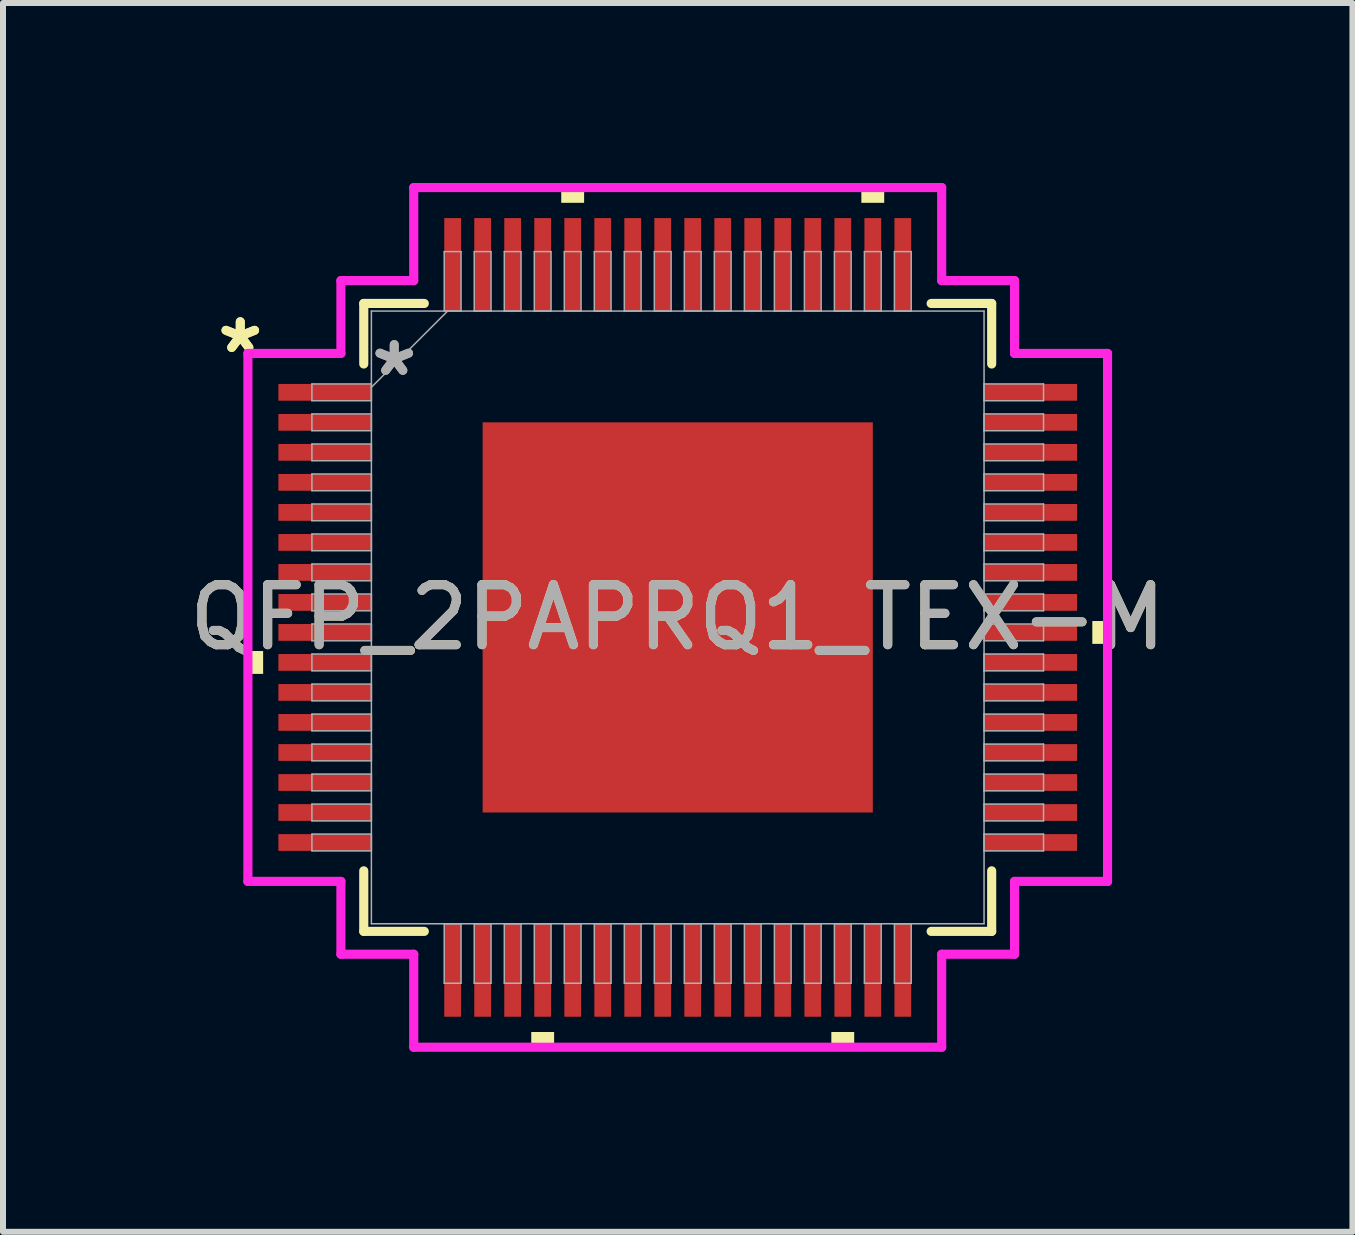
<source format=kicad_pcb>
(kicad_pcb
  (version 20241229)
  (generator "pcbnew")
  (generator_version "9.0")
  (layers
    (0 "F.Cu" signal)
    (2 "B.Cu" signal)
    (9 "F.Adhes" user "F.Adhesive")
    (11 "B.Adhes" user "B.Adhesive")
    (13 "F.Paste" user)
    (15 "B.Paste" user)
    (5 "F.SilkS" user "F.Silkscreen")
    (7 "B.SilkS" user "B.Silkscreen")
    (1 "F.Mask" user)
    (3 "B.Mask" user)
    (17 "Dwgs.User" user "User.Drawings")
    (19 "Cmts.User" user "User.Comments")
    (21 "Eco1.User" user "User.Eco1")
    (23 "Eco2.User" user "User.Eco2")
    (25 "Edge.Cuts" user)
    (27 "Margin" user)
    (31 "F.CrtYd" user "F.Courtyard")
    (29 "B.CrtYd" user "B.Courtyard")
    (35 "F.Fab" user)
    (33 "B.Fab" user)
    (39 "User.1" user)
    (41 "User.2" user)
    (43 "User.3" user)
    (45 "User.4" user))
  (footprint "QFP_2PAPRQ1_TEX-M"
    (layer "F.Cu")
    (at 8.244 7.239)
    (property "Reference" "QFP_2PAPRQ1_TEX-M" (at 0 0 0) (unlocked yes) (layer "F.SilkS") (effects (font (size 1 1) (thickness 0.15))))
    (attr smd)
    (fp_line (start -5.232 -5.232) (end -5.232 -4.223) (stroke (width 0.152) (type solid)) (layer "F.SilkS"))
    (fp_line (start -5.232 4.223) (end -5.232 5.232) (stroke (width 0.152) (type solid)) (layer "F.SilkS"))
    (fp_line (start -5.232 5.232) (end -4.223 5.232) (stroke (width 0.152) (type solid)) (layer "F.SilkS"))
    (fp_line (start -4.223 -5.232) (end -5.232 -5.232) (stroke (width 0.152) (type solid)) (layer "F.SilkS"))
    (fp_line (start 4.223 5.232) (end 5.232 5.232) (stroke (width 0.152) (type solid)) (layer "F.SilkS"))
    (fp_line (start 5.232 -5.232) (end 4.223 -5.232) (stroke (width 0.152) (type solid)) (layer "F.SilkS"))
    (fp_line (start 5.232 -4.223) (end 5.232 -5.232) (stroke (width 0.152) (type solid)) (layer "F.SilkS"))
    (fp_line (start 5.232 5.232) (end 5.232 4.223) (stroke (width 0.152) (type solid)) (layer "F.SilkS"))
    (fp_poly (pts (xy -7.163 0.56) (xy -7.163 0.941) (xy -6.909 0.941) (xy -6.909 0.56)) (stroke (width 0) (type solid)) (fill yes) (layer "F.SilkS"))
    (fp_poly (pts (xy -2.441 6.909) (xy -2.441 7.163) (xy -2.06 7.163) (xy -2.06 6.909)) (stroke (width 0) (type solid)) (fill yes) (layer "F.SilkS"))
    (fp_poly (pts (xy -1.941 -6.909) (xy -1.941 -7.163) (xy -1.56 -7.163) (xy -1.56 -6.909)) (stroke (width 0) (type solid)) (fill yes) (layer "F.SilkS"))
    (fp_poly (pts (xy 2.56 6.909) (xy 2.56 7.163) (xy 2.941 7.163) (xy 2.941 6.909)) (stroke (width 0) (type solid)) (fill yes) (layer "F.SilkS"))
    (fp_poly (pts (xy 3.06 -6.909) (xy 3.06 -7.163) (xy 3.441 -7.163) (xy 3.441 -6.909)) (stroke (width 0) (type solid)) (fill yes) (layer "F.SilkS"))
    (fp_poly (pts (xy 7.163 0.06) (xy 7.163 0.441) (xy 6.909 0.441) (xy 6.909 0.06)) (stroke (width 0) (type solid)) (fill yes) (layer "F.SilkS"))
    (fp_poly (pts (xy -3.151 -3.151) (xy -3.151 -2.051) (xy -2.051 -2.051) (xy -2.051 -3.151)) (stroke (width 0) (type solid)) (fill yes) (layer "F.Paste"))
    (fp_poly (pts (xy -3.151 -1.851) (xy -3.151 -0.75) (xy -2.051 -0.75) (xy -2.051 -1.851)) (stroke (width 0) (type solid)) (fill yes) (layer "F.Paste"))
    (fp_poly (pts (xy -3.151 -0.55) (xy -3.151 0.55) (xy -2.051 0.55) (xy -2.051 -0.55)) (stroke (width 0) (type solid)) (fill yes) (layer "F.Paste"))
    (fp_poly (pts (xy -3.151 0.75) (xy -3.151 1.851) (xy -2.051 1.851) (xy -2.051 0.75)) (stroke (width 0) (type solid)) (fill yes) (layer "F.Paste"))
    (fp_poly (pts (xy -3.151 2.051) (xy -3.151 3.151) (xy -2.051 3.151) (xy -2.051 2.051)) (stroke (width 0) (type solid)) (fill yes) (layer "F.Paste"))
    (fp_poly (pts (xy -1.851 -3.151) (xy -1.851 -2.051) (xy -0.75 -2.051) (xy -0.75 -3.151)) (stroke (width 0) (type solid)) (fill yes) (layer "F.Paste"))
    (fp_poly (pts (xy -1.851 -1.851) (xy -1.851 -0.75) (xy -0.75 -0.75) (xy -0.75 -1.851)) (stroke (width 0) (type solid)) (fill yes) (layer "F.Paste"))
    (fp_poly (pts (xy -1.851 -0.55) (xy -1.851 0.55) (xy -0.75 0.55) (xy -0.75 -0.55)) (stroke (width 0) (type solid)) (fill yes) (layer "F.Paste"))
    (fp_poly (pts (xy -1.851 0.75) (xy -1.851 1.851) (xy -0.75 1.851) (xy -0.75 0.75)) (stroke (width 0) (type solid)) (fill yes) (layer "F.Paste"))
    (fp_poly (pts (xy -1.851 2.051) (xy -1.851 3.151) (xy -0.75 3.151) (xy -0.75 2.051)) (stroke (width 0) (type solid)) (fill yes) (layer "F.Paste"))
    (fp_poly (pts (xy -0.55 -3.151) (xy -0.55 -2.051) (xy 0.55 -2.051) (xy 0.55 -3.151)) (stroke (width 0) (type solid)) (fill yes) (layer "F.Paste"))
    (fp_poly (pts (xy -0.55 -1.851) (xy -0.55 -0.75) (xy 0.55 -0.75) (xy 0.55 -1.851)) (stroke (width 0) (type solid)) (fill yes) (layer "F.Paste"))
    (fp_poly (pts (xy -0.55 -0.55) (xy -0.55 0.55) (xy 0.55 0.55) (xy 0.55 -0.55)) (stroke (width 0) (type solid)) (fill yes) (layer "F.Paste"))
    (fp_poly (pts (xy -0.55 0.75) (xy -0.55 1.851) (xy 0.55 1.851) (xy 0.55 0.75)) (stroke (width 0) (type solid)) (fill yes) (layer "F.Paste"))
    (fp_poly (pts (xy -0.55 2.051) (xy -0.55 3.151) (xy 0.55 3.151) (xy 0.55 2.051)) (stroke (width 0) (type solid)) (fill yes) (layer "F.Paste"))
    (fp_poly (pts (xy 0.75 -3.151) (xy 0.75 -2.051) (xy 1.851 -2.051) (xy 1.851 -3.151)) (stroke (width 0) (type solid)) (fill yes) (layer "F.Paste"))
    (fp_poly (pts (xy 0.75 -1.851) (xy 0.75 -0.75) (xy 1.851 -0.75) (xy 1.851 -1.851)) (stroke (width 0) (type solid)) (fill yes) (layer "F.Paste"))
    (fp_poly (pts (xy 0.75 -0.55) (xy 0.75 0.55) (xy 1.851 0.55) (xy 1.851 -0.55)) (stroke (width 0) (type solid)) (fill yes) (layer "F.Paste"))
    (fp_poly (pts (xy 0.75 0.75) (xy 0.75 1.851) (xy 1.851 1.851) (xy 1.851 0.75)) (stroke (width 0) (type solid)) (fill yes) (layer "F.Paste"))
    (fp_poly (pts (xy 0.75 2.051) (xy 0.75 3.151) (xy 1.851 3.151) (xy 1.851 2.051)) (stroke (width 0) (type solid)) (fill yes) (layer "F.Paste"))
    (fp_poly (pts (xy 2.051 -3.151) (xy 2.051 -2.051) (xy 3.151 -2.051) (xy 3.151 -3.151)) (stroke (width 0) (type solid)) (fill yes) (layer "F.Paste"))
    (fp_poly (pts (xy 2.051 -1.851) (xy 2.051 -0.75) (xy 3.151 -0.75) (xy 3.151 -1.851)) (stroke (width 0) (type solid)) (fill yes) (layer "F.Paste"))
    (fp_poly (pts (xy 2.051 -0.55) (xy 2.051 0.55) (xy 3.151 0.55) (xy 3.151 -0.55)) (stroke (width 0) (type solid)) (fill yes) (layer "F.Paste"))
    (fp_poly (pts (xy 2.051 0.75) (xy 2.051 1.851) (xy 3.151 1.851) (xy 3.151 0.75)) (stroke (width 0) (type solid)) (fill yes) (layer "F.Paste"))
    (fp_poly (pts (xy 2.051 2.051) (xy 2.051 3.151) (xy 3.151 3.151) (xy 3.151 2.051)) (stroke (width 0) (type solid)) (fill yes) (layer "F.Paste"))
    (fp_line (start -7.163 -4.399) (end -5.613 -4.399) (stroke (width 0.152) (type solid)) (layer "F.CrtYd"))
    (fp_line (start -7.163 4.399) (end -7.163 -4.399) (stroke (width 0.152) (type solid)) (layer "F.CrtYd"))
    (fp_line (start -5.613 -5.613) (end -4.399 -5.613) (stroke (width 0.152) (type solid)) (layer "F.CrtYd"))
    (fp_line (start -5.613 -4.399) (end -5.613 -5.613) (stroke (width 0.152) (type solid)) (layer "F.CrtYd"))
    (fp_line (start -5.613 4.399) (end -7.163 4.399) (stroke (width 0.152) (type solid)) (layer "F.CrtYd"))
    (fp_line (start -5.613 5.613) (end -5.613 4.399) (stroke (width 0.152) (type solid)) (layer "F.CrtYd"))
    (fp_line (start -5.613 5.613) (end -4.399 5.613) (stroke (width 0.152) (type solid)) (layer "F.CrtYd"))
    (fp_line (start -4.399 -7.163) (end 4.399 -7.163) (stroke (width 0.152) (type solid)) (layer "F.CrtYd"))
    (fp_line (start -4.399 -5.613) (end -4.399 -7.163) (stroke (width 0.152) (type solid)) (layer "F.CrtYd"))
    (fp_line (start -4.399 5.613) (end -4.399 7.163) (stroke (width 0.152) (type solid)) (layer "F.CrtYd"))
    (fp_line (start -4.399 7.163) (end 4.399 7.163) (stroke (width 0.152) (type solid)) (layer "F.CrtYd"))
    (fp_line (start 4.399 -7.163) (end 4.399 -5.613) (stroke (width 0.152) (type solid)) (layer "F.CrtYd"))
    (fp_line (start 4.399 -5.613) (end 5.613 -5.613) (stroke (width 0.152) (type solid)) (layer "F.CrtYd"))
    (fp_line (start 4.399 5.613) (end 5.613 5.613) (stroke (width 0.152) (type solid)) (layer "F.CrtYd"))
    (fp_line (start 4.399 7.163) (end 4.399 5.613) (stroke (width 0.152) (type solid)) (layer "F.CrtYd"))
    (fp_line (start 5.613 -4.399) (end 5.613 -5.613) (stroke (width 0.152) (type solid)) (layer "F.CrtYd"))
    (fp_line (start 5.613 4.399) (end 7.163 4.399) (stroke (width 0.152) (type solid)) (layer "F.CrtYd"))
    (fp_line (start 5.613 5.613) (end 5.613 4.399) (stroke (width 0.152) (type solid)) (layer "F.CrtYd"))
    (fp_line (start 7.163 -4.399) (end 5.613 -4.399) (stroke (width 0.152) (type solid)) (layer "F.CrtYd"))
    (fp_line (start 7.163 4.399) (end 7.163 -4.399) (stroke (width 0.152) (type solid)) (layer "F.CrtYd"))
    (fp_line (start -6.096 -3.891) (end -6.096 -3.611) (stroke (width 0.025) (type solid)) (layer "F.Fab"))
    (fp_line (start -6.096 -3.611) (end -5.105 -3.611) (stroke (width 0.025) (type solid)) (layer "F.Fab"))
    (fp_line (start -6.096 -3.391) (end -6.096 -3.111) (stroke (width 0.025) (type solid)) (layer "F.Fab"))
    (fp_line (start -6.096 -3.111) (end -5.105 -3.111) (stroke (width 0.025) (type solid)) (layer "F.Fab"))
    (fp_line (start -6.096 -2.89) (end -6.096 -2.611) (stroke (width 0.025) (type solid)) (layer "F.Fab"))
    (fp_line (start -6.096 -2.611) (end -5.105 -2.611) (stroke (width 0.025) (type solid)) (layer "F.Fab"))
    (fp_line (start -6.096 -2.39) (end -6.096 -2.111) (stroke (width 0.025) (type solid)) (layer "F.Fab"))
    (fp_line (start -6.096 -2.111) (end -5.105 -2.111) (stroke (width 0.025) (type solid)) (layer "F.Fab"))
    (fp_line (start -6.096 -1.89) (end -6.096 -1.611) (stroke (width 0.025) (type solid)) (layer "F.Fab"))
    (fp_line (start -6.096 -1.611) (end -5.105 -1.611) (stroke (width 0.025) (type solid)) (layer "F.Fab"))
    (fp_line (start -6.096 -1.39) (end -6.096 -1.111) (stroke (width 0.025) (type solid)) (layer "F.Fab"))
    (fp_line (start -6.096 -1.111) (end -5.105 -1.111) (stroke (width 0.025) (type solid)) (layer "F.Fab"))
    (fp_line (start -6.096 -0.89) (end -6.096 -0.61) (stroke (width 0.025) (type solid)) (layer "F.Fab"))
    (fp_line (start -6.096 -0.61) (end -5.105 -0.61) (stroke (width 0.025) (type solid)) (layer "F.Fab"))
    (fp_line (start -6.096 -0.39) (end -6.096 -0.11) (stroke (width 0.025) (type solid)) (layer "F.Fab"))
    (fp_line (start -6.096 -0.11) (end -5.105 -0.11) (stroke (width 0.025) (type solid)) (layer "F.Fab"))
    (fp_line (start -6.096 0.11) (end -6.096 0.39) (stroke (width 0.025) (type solid)) (layer "F.Fab"))
    (fp_line (start -6.096 0.39) (end -5.105 0.39) (stroke (width 0.025) (type solid)) (layer "F.Fab"))
    (fp_line (start -6.096 0.61) (end -6.096 0.89) (stroke (width 0.025) (type solid)) (layer "F.Fab"))
    (fp_line (start -6.096 0.89) (end -5.105 0.89) (stroke (width 0.025) (type solid)) (layer "F.Fab"))
    (fp_line (start -6.096 1.111) (end -6.096 1.39) (stroke (width 0.025) (type solid)) (layer "F.Fab"))
    (fp_line (start -6.096 1.39) (end -5.105 1.39) (stroke (width 0.025) (type solid)) (layer "F.Fab"))
    (fp_line (start -6.096 1.611) (end -6.096 1.89) (stroke (width 0.025) (type solid)) (layer "F.Fab"))
    (fp_line (start -6.096 1.89) (end -5.105 1.89) (stroke (width 0.025) (type solid)) (layer "F.Fab"))
    (fp_line (start -6.096 2.111) (end -6.096 2.39) (stroke (width 0.025) (type solid)) (layer "F.Fab"))
    (fp_line (start -6.096 2.39) (end -5.105 2.39) (stroke (width 0.025) (type solid)) (layer "F.Fab"))
    (fp_line (start -6.096 2.611) (end -6.096 2.89) (stroke (width 0.025) (type solid)) (layer "F.Fab"))
    (fp_line (start -6.096 2.89) (end -5.105 2.89) (stroke (width 0.025) (type solid)) (layer "F.Fab"))
    (fp_line (start -6.096 3.111) (end -6.096 3.391) (stroke (width 0.025) (type solid)) (layer "F.Fab"))
    (fp_line (start -6.096 3.391) (end -5.105 3.391) (stroke (width 0.025) (type solid)) (layer "F.Fab"))
    (fp_line (start -6.096 3.611) (end -6.096 3.891) (stroke (width 0.025) (type solid)) (layer "F.Fab"))
    (fp_line (start -6.096 3.891) (end -5.105 3.891) (stroke (width 0.025) (type solid)) (layer "F.Fab"))
    (fp_line (start -5.105 -5.105) (end -5.105 5.105) (stroke (width 0.025) (type solid)) (layer "F.Fab"))
    (fp_line (start -5.105 -3.891) (end -6.096 -3.891) (stroke (width 0.025) (type solid)) (layer "F.Fab"))
    (fp_line (start -5.105 -3.835) (end -3.835 -5.105) (stroke (width 0.025) (type solid)) (layer "F.Fab"))
    (fp_line (start -5.105 -3.611) (end -5.105 -3.891) (stroke (width 0.025) (type solid)) (layer "F.Fab"))
    (fp_line (start -5.105 -3.391) (end -6.096 -3.391) (stroke (width 0.025) (type solid)) (layer "F.Fab"))
    (fp_line (start -5.105 -3.111) (end -5.105 -3.391) (stroke (width 0.025) (type solid)) (layer "F.Fab"))
    (fp_line (start -5.105 -2.89) (end -6.096 -2.89) (stroke (width 0.025) (type solid)) (layer "F.Fab"))
    (fp_line (start -5.105 -2.611) (end -5.105 -2.89) (stroke (width 0.025) (type solid)) (layer "F.Fab"))
    (fp_line (start -5.105 -2.39) (end -6.096 -2.39) (stroke (width 0.025) (type solid)) (layer "F.Fab"))
    (fp_line (start -5.105 -2.111) (end -5.105 -2.39) (stroke (width 0.025) (type solid)) (layer "F.Fab"))
    (fp_line (start -5.105 -1.89) (end -6.096 -1.89) (stroke (width 0.025) (type solid)) (layer "F.Fab"))
    (fp_line (start -5.105 -1.611) (end -5.105 -1.89) (stroke (width 0.025) (type solid)) (layer "F.Fab"))
    (fp_line (start -5.105 -1.39) (end -6.096 -1.39) (stroke (width 0.025) (type solid)) (layer "F.Fab"))
    (fp_line (start -5.105 -1.111) (end -5.105 -1.39) (stroke (width 0.025) (type solid)) (layer "F.Fab"))
    (fp_line (start -5.105 -0.89) (end -6.096 -0.89) (stroke (width 0.025) (type solid)) (layer "F.Fab"))
    (fp_line (start -5.105 -0.61) (end -5.105 -0.89) (stroke (width 0.025) (type solid)) (layer "F.Fab"))
    (fp_line (start -5.105 -0.39) (end -6.096 -0.39) (stroke (width 0.025) (type solid)) (layer "F.Fab"))
    (fp_line (start -5.105 -0.11) (end -5.105 -0.39) (stroke (width 0.025) (type solid)) (layer "F.Fab"))
    (fp_line (start -5.105 0.11) (end -6.096 0.11) (stroke (width 0.025) (type solid)) (layer "F.Fab"))
    (fp_line (start -5.105 0.39) (end -5.105 0.11) (stroke (width 0.025) (type solid)) (layer "F.Fab"))
    (fp_line (start -5.105 0.61) (end -6.096 0.61) (stroke (width 0.025) (type solid)) (layer "F.Fab"))
    (fp_line (start -5.105 0.89) (end -5.105 0.61) (stroke (width 0.025) (type solid)) (layer "F.Fab"))
    (fp_line (start -5.105 1.111) (end -6.096 1.111) (stroke (width 0.025) (type solid)) (layer "F.Fab"))
    (fp_line (start -5.105 1.39) (end -5.105 1.111) (stroke (width 0.025) (type solid)) (layer "F.Fab"))
    (fp_line (start -5.105 1.611) (end -6.096 1.611) (stroke (width 0.025) (type solid)) (layer "F.Fab"))
    (fp_line (start -5.105 1.89) (end -5.105 1.611) (stroke (width 0.025) (type solid)) (layer "F.Fab"))
    (fp_line (start -5.105 2.111) (end -6.096 2.111) (stroke (width 0.025) (type solid)) (layer "F.Fab"))
    (fp_line (start -5.105 2.39) (end -5.105 2.111) (stroke (width 0.025) (type solid)) (layer "F.Fab"))
    (fp_line (start -5.105 2.611) (end -6.096 2.611) (stroke (width 0.025) (type solid)) (layer "F.Fab"))
    (fp_line (start -5.105 2.89) (end -5.105 2.611) (stroke (width 0.025) (type solid)) (layer "F.Fab"))
    (fp_line (start -5.105 3.111) (end -6.096 3.111) (stroke (width 0.025) (type solid)) (layer "F.Fab"))
    (fp_line (start -5.105 3.391) (end -5.105 3.111) (stroke (width 0.025) (type solid)) (layer "F.Fab"))
    (fp_line (start -5.105 3.611) (end -6.096 3.611) (stroke (width 0.025) (type solid)) (layer "F.Fab"))
    (fp_line (start -5.105 3.891) (end -5.105 3.611) (stroke (width 0.025) (type solid)) (layer "F.Fab"))
    (fp_line (start -5.105 5.105) (end 5.105 5.105) (stroke (width 0.025) (type solid)) (layer "F.Fab"))
    (fp_line (start -3.891 -6.096) (end -3.891 -5.105) (stroke (width 0.025) (type solid)) (layer "F.Fab"))
    (fp_line (start -3.891 -5.105) (end -3.611 -5.105) (stroke (width 0.025) (type solid)) (layer "F.Fab"))
    (fp_line (start -3.891 5.105) (end -3.891 6.096) (stroke (width 0.025) (type solid)) (layer "F.Fab"))
    (fp_line (start -3.891 6.096) (end -3.611 6.096) (stroke (width 0.025) (type solid)) (layer "F.Fab"))
    (fp_line (start -3.611 -6.096) (end -3.891 -6.096) (stroke (width 0.025) (type solid)) (layer "F.Fab"))
    (fp_line (start -3.611 -5.105) (end -3.611 -6.096) (stroke (width 0.025) (type solid)) (layer "F.Fab"))
    (fp_line (start -3.611 5.105) (end -3.891 5.105) (stroke (width 0.025) (type solid)) (layer "F.Fab"))
    (fp_line (start -3.611 6.096) (end -3.611 5.105) (stroke (width 0.025) (type solid)) (layer "F.Fab"))
    (fp_line (start -3.391 -6.096) (end -3.391 -5.105) (stroke (width 0.025) (type solid)) (layer "F.Fab"))
    (fp_line (start -3.391 -5.105) (end -3.111 -5.105) (stroke (width 0.025) (type solid)) (layer "F.Fab"))
    (fp_line (start -3.391 5.105) (end -3.391 6.096) (stroke (width 0.025) (type solid)) (layer "F.Fab"))
    (fp_line (start -3.391 6.096) (end -3.111 6.096) (stroke (width 0.025) (type solid)) (layer "F.Fab"))
    (fp_line (start -3.111 -6.096) (end -3.391 -6.096) (stroke (width 0.025) (type solid)) (layer "F.Fab"))
    (fp_line (start -3.111 -5.105) (end -3.111 -6.096) (stroke (width 0.025) (type solid)) (layer "F.Fab"))
    (fp_line (start -3.111 5.105) (end -3.391 5.105) (stroke (width 0.025) (type solid)) (layer "F.Fab"))
    (fp_line (start -3.111 6.096) (end -3.111 5.105) (stroke (width 0.025) (type solid)) (layer "F.Fab"))
    (fp_line (start -2.89 -6.096) (end -2.89 -5.105) (stroke (width 0.025) (type solid)) (layer "F.Fab"))
    (fp_line (start -2.89 -5.105) (end -2.611 -5.105) (stroke (width 0.025) (type solid)) (layer "F.Fab"))
    (fp_line (start -2.89 5.105) (end -2.89 6.096) (stroke (width 0.025) (type solid)) (layer "F.Fab"))
    (fp_line (start -2.89 6.096) (end -2.611 6.096) (stroke (width 0.025) (type solid)) (layer "F.Fab"))
    (fp_line (start -2.611 -6.096) (end -2.89 -6.096) (stroke (width 0.025) (type solid)) (layer "F.Fab"))
    (fp_line (start -2.611 -5.105) (end -2.611 -6.096) (stroke (width 0.025) (type solid)) (layer "F.Fab"))
    (fp_line (start -2.611 5.105) (end -2.89 5.105) (stroke (width 0.025) (type solid)) (layer "F.Fab"))
    (fp_line (start -2.611 6.096) (end -2.611 5.105) (stroke (width 0.025) (type solid)) (layer "F.Fab"))
    (fp_line (start -2.39 -6.096) (end -2.39 -5.105) (stroke (width 0.025) (type solid)) (layer "F.Fab"))
    (fp_line (start -2.39 -5.105) (end -2.111 -5.105) (stroke (width 0.025) (type solid)) (layer "F.Fab"))
    (fp_line (start -2.39 5.105) (end -2.39 6.096) (stroke (width 0.025) (type solid)) (layer "F.Fab"))
    (fp_line (start -2.39 6.096) (end -2.111 6.096) (stroke (width 0.025) (type solid)) (layer "F.Fab"))
    (fp_line (start -2.111 -6.096) (end -2.39 -6.096) (stroke (width 0.025) (type solid)) (layer "F.Fab"))
    (fp_line (start -2.111 -5.105) (end -2.111 -6.096) (stroke (width 0.025) (type solid)) (layer "F.Fab"))
    (fp_line (start -2.111 5.105) (end -2.39 5.105) (stroke (width 0.025) (type solid)) (layer "F.Fab"))
    (fp_line (start -2.111 6.096) (end -2.111 5.105) (stroke (width 0.025) (type solid)) (layer "F.Fab"))
    (fp_line (start -1.89 -6.096) (end -1.89 -5.105) (stroke (width 0.025) (type solid)) (layer "F.Fab"))
    (fp_line (start -1.89 -5.105) (end -1.611 -5.105) (stroke (width 0.025) (type solid)) (layer "F.Fab"))
    (fp_line (start -1.89 5.105) (end -1.89 6.096) (stroke (width 0.025) (type solid)) (layer "F.Fab"))
    (fp_line (start -1.89 6.096) (end -1.611 6.096) (stroke (width 0.025) (type solid)) (layer "F.Fab"))
    (fp_line (start -1.611 -6.096) (end -1.89 -6.096) (stroke (width 0.025) (type solid)) (layer "F.Fab"))
    (fp_line (start -1.611 -5.105) (end -1.611 -6.096) (stroke (width 0.025) (type solid)) (layer "F.Fab"))
    (fp_line (start -1.611 5.105) (end -1.89 5.105) (stroke (width 0.025) (type solid)) (layer "F.Fab"))
    (fp_line (start -1.611 6.096) (end -1.611 5.105) (stroke (width 0.025) (type solid)) (layer "F.Fab"))
    (fp_line (start -1.39 -6.096) (end -1.39 -5.105) (stroke (width 0.025) (type solid)) (layer "F.Fab"))
    (fp_line (start -1.39 -5.105) (end -1.111 -5.105) (stroke (width 0.025) (type solid)) (layer "F.Fab"))
    (fp_line (start -1.39 5.105) (end -1.39 6.096) (stroke (width 0.025) (type solid)) (layer "F.Fab"))
    (fp_line (start -1.39 6.096) (end -1.111 6.096) (stroke (width 0.025) (type solid)) (layer "F.Fab"))
    (fp_line (start -1.111 -6.096) (end -1.39 -6.096) (stroke (width 0.025) (type solid)) (layer "F.Fab"))
    (fp_line (start -1.111 -5.105) (end -1.111 -6.096) (stroke (width 0.025) (type solid)) (layer "F.Fab"))
    (fp_line (start -1.111 5.105) (end -1.39 5.105) (stroke (width 0.025) (type solid)) (layer "F.Fab"))
    (fp_line (start -1.111 6.096) (end -1.111 5.105) (stroke (width 0.025) (type solid)) (layer "F.Fab"))
    (fp_line (start -0.89 -6.096) (end -0.89 -5.105) (stroke (width 0.025) (type solid)) (layer "F.Fab"))
    (fp_line (start -0.89 -5.105) (end -0.61 -5.105) (stroke (width 0.025) (type solid)) (layer "F.Fab"))
    (fp_line (start -0.89 5.105) (end -0.89 6.096) (stroke (width 0.025) (type solid)) (layer "F.Fab"))
    (fp_line (start -0.89 6.096) (end -0.61 6.096) (stroke (width 0.025) (type solid)) (layer "F.Fab"))
    (fp_line (start -0.61 -6.096) (end -0.89 -6.096) (stroke (width 0.025) (type solid)) (layer "F.Fab"))
    (fp_line (start -0.61 -5.105) (end -0.61 -6.096) (stroke (width 0.025) (type solid)) (layer "F.Fab"))
    (fp_line (start -0.61 5.105) (end -0.89 5.105) (stroke (width 0.025) (type solid)) (layer "F.Fab"))
    (fp_line (start -0.61 6.096) (end -0.61 5.105) (stroke (width 0.025) (type solid)) (layer "F.Fab"))
    (fp_line (start -0.39 -6.096) (end -0.39 -5.105) (stroke (width 0.025) (type solid)) (layer "F.Fab"))
    (fp_line (start -0.39 -5.105) (end -0.11 -5.105) (stroke (width 0.025) (type solid)) (layer "F.Fab"))
    (fp_line (start -0.39 5.105) (end -0.39 6.096) (stroke (width 0.025) (type solid)) (layer "F.Fab"))
    (fp_line (start -0.39 6.096) (end -0.11 6.096) (stroke (width 0.025) (type solid)) (layer "F.Fab"))
    (fp_line (start -0.11 -6.096) (end -0.39 -6.096) (stroke (width 0.025) (type solid)) (layer "F.Fab"))
    (fp_line (start -0.11 -5.105) (end -0.11 -6.096) (stroke (width 0.025) (type solid)) (layer "F.Fab"))
    (fp_line (start -0.11 5.105) (end -0.39 5.105) (stroke (width 0.025) (type solid)) (layer "F.Fab"))
    (fp_line (start -0.11 6.096) (end -0.11 5.105) (stroke (width 0.025) (type solid)) (layer "F.Fab"))
    (fp_line (start 0.11 -6.096) (end 0.11 -5.105) (stroke (width 0.025) (type solid)) (layer "F.Fab"))
    (fp_line (start 0.11 -5.105) (end 0.39 -5.105) (stroke (width 0.025) (type solid)) (layer "F.Fab"))
    (fp_line (start 0.11 5.105) (end 0.11 6.096) (stroke (width 0.025) (type solid)) (layer "F.Fab"))
    (fp_line (start 0.11 6.096) (end 0.39 6.096) (stroke (width 0.025) (type solid)) (layer "F.Fab"))
    (fp_line (start 0.39 -6.096) (end 0.11 -6.096) (stroke (width 0.025) (type solid)) (layer "F.Fab"))
    (fp_line (start 0.39 -5.105) (end 0.39 -6.096) (stroke (width 0.025) (type solid)) (layer "F.Fab"))
    (fp_line (start 0.39 5.105) (end 0.11 5.105) (stroke (width 0.025) (type solid)) (layer "F.Fab"))
    (fp_line (start 0.39 6.096) (end 0.39 5.105) (stroke (width 0.025) (type solid)) (layer "F.Fab"))
    (fp_line (start 0.61 -6.096) (end 0.61 -5.105) (stroke (width 0.025) (type solid)) (layer "F.Fab"))
    (fp_line (start 0.61 -5.105) (end 0.89 -5.105) (stroke (width 0.025) (type solid)) (layer "F.Fab"))
    (fp_line (start 0.61 5.105) (end 0.61 6.096) (stroke (width 0.025) (type solid)) (layer "F.Fab"))
    (fp_line (start 0.61 6.096) (end 0.89 6.096) (stroke (width 0.025) (type solid)) (layer "F.Fab"))
    (fp_line (start 0.89 -6.096) (end 0.61 -6.096) (stroke (width 0.025) (type solid)) (layer "F.Fab"))
    (fp_line (start 0.89 -5.105) (end 0.89 -6.096) (stroke (width 0.025) (type solid)) (layer "F.Fab"))
    (fp_line (start 0.89 5.105) (end 0.61 5.105) (stroke (width 0.025) (type solid)) (layer "F.Fab"))
    (fp_line (start 0.89 6.096) (end 0.89 5.105) (stroke (width 0.025) (type solid)) (layer "F.Fab"))
    (fp_line (start 1.111 -6.096) (end 1.111 -5.105) (stroke (width 0.025) (type solid)) (layer "F.Fab"))
    (fp_line (start 1.111 -5.105) (end 1.39 -5.105) (stroke (width 0.025) (type solid)) (layer "F.Fab"))
    (fp_line (start 1.111 5.105) (end 1.111 6.096) (stroke (width 0.025) (type solid)) (layer "F.Fab"))
    (fp_line (start 1.111 6.096) (end 1.39 6.096) (stroke (width 0.025) (type solid)) (layer "F.Fab"))
    (fp_line (start 1.39 -6.096) (end 1.111 -6.096) (stroke (width 0.025) (type solid)) (layer "F.Fab"))
    (fp_line (start 1.39 -5.105) (end 1.39 -6.096) (stroke (width 0.025) (type solid)) (layer "F.Fab"))
    (fp_line (start 1.39 5.105) (end 1.111 5.105) (stroke (width 0.025) (type solid)) (layer "F.Fab"))
    (fp_line (start 1.39 6.096) (end 1.39 5.105) (stroke (width 0.025) (type solid)) (layer "F.Fab"))
    (fp_line (start 1.611 -6.096) (end 1.611 -5.105) (stroke (width 0.025) (type solid)) (layer "F.Fab"))
    (fp_line (start 1.611 -5.105) (end 1.89 -5.105) (stroke (width 0.025) (type solid)) (layer "F.Fab"))
    (fp_line (start 1.611 5.105) (end 1.611 6.096) (stroke (width 0.025) (type solid)) (layer "F.Fab"))
    (fp_line (start 1.611 6.096) (end 1.89 6.096) (stroke (width 0.025) (type solid)) (layer "F.Fab"))
    (fp_line (start 1.89 -6.096) (end 1.611 -6.096) (stroke (width 0.025) (type solid)) (layer "F.Fab"))
    (fp_line (start 1.89 -5.105) (end 1.89 -6.096) (stroke (width 0.025) (type solid)) (layer "F.Fab"))
    (fp_line (start 1.89 5.105) (end 1.611 5.105) (stroke (width 0.025) (type solid)) (layer "F.Fab"))
    (fp_line (start 1.89 6.096) (end 1.89 5.105) (stroke (width 0.025) (type solid)) (layer "F.Fab"))
    (fp_line (start 2.111 -6.096) (end 2.111 -5.105) (stroke (width 0.025) (type solid)) (layer "F.Fab"))
    (fp_line (start 2.111 -5.105) (end 2.39 -5.105) (stroke (width 0.025) (type solid)) (layer "F.Fab"))
    (fp_line (start 2.111 5.105) (end 2.111 6.096) (stroke (width 0.025) (type solid)) (layer "F.Fab"))
    (fp_line (start 2.111 6.096) (end 2.39 6.096) (stroke (width 0.025) (type solid)) (layer "F.Fab"))
    (fp_line (start 2.39 -6.096) (end 2.111 -6.096) (stroke (width 0.025) (type solid)) (layer "F.Fab"))
    (fp_line (start 2.39 -5.105) (end 2.39 -6.096) (stroke (width 0.025) (type solid)) (layer "F.Fab"))
    (fp_line (start 2.39 5.105) (end 2.111 5.105) (stroke (width 0.025) (type solid)) (layer "F.Fab"))
    (fp_line (start 2.39 6.096) (end 2.39 5.105) (stroke (width 0.025) (type solid)) (layer "F.Fab"))
    (fp_line (start 2.611 -6.096) (end 2.611 -5.105) (stroke (width 0.025) (type solid)) (layer "F.Fab"))
    (fp_line (start 2.611 -5.105) (end 2.89 -5.105) (stroke (width 0.025) (type solid)) (layer "F.Fab"))
    (fp_line (start 2.611 5.105) (end 2.611 6.096) (stroke (width 0.025) (type solid)) (layer "F.Fab"))
    (fp_line (start 2.611 6.096) (end 2.89 6.096) (stroke (width 0.025) (type solid)) (layer "F.Fab"))
    (fp_line (start 2.89 -6.096) (end 2.611 -6.096) (stroke (width 0.025) (type solid)) (layer "F.Fab"))
    (fp_line (start 2.89 -5.105) (end 2.89 -6.096) (stroke (width 0.025) (type solid)) (layer "F.Fab"))
    (fp_line (start 2.89 5.105) (end 2.611 5.105) (stroke (width 0.025) (type solid)) (layer "F.Fab"))
    (fp_line (start 2.89 6.096) (end 2.89 5.105) (stroke (width 0.025) (type solid)) (layer "F.Fab"))
    (fp_line (start 3.111 -6.096) (end 3.111 -5.105) (stroke (width 0.025) (type solid)) (layer "F.Fab"))
    (fp_line (start 3.111 -5.105) (end 3.391 -5.105) (stroke (width 0.025) (type solid)) (layer "F.Fab"))
    (fp_line (start 3.111 5.105) (end 3.111 6.096) (stroke (width 0.025) (type solid)) (layer "F.Fab"))
    (fp_line (start 3.111 6.096) (end 3.391 6.096) (stroke (width 0.025) (type solid)) (layer "F.Fab"))
    (fp_line (start 3.391 -6.096) (end 3.111 -6.096) (stroke (width 0.025) (type solid)) (layer "F.Fab"))
    (fp_line (start 3.391 -5.105) (end 3.391 -6.096) (stroke (width 0.025) (type solid)) (layer "F.Fab"))
    (fp_line (start 3.391 5.105) (end 3.111 5.105) (stroke (width 0.025) (type solid)) (layer "F.Fab"))
    (fp_line (start 3.391 6.096) (end 3.391 5.105) (stroke (width 0.025) (type solid)) (layer "F.Fab"))
    (fp_line (start 3.611 -6.096) (end 3.611 -5.105) (stroke (width 0.025) (type solid)) (layer "F.Fab"))
    (fp_line (start 3.611 -5.105) (end 3.891 -5.105) (stroke (width 0.025) (type solid)) (layer "F.Fab"))
    (fp_line (start 3.611 5.105) (end 3.611 6.096) (stroke (width 0.025) (type solid)) (layer "F.Fab"))
    (fp_line (start 3.611 6.096) (end 3.891 6.096) (stroke (width 0.025) (type solid)) (layer "F.Fab"))
    (fp_line (start 3.891 -6.096) (end 3.611 -6.096) (stroke (width 0.025) (type solid)) (layer "F.Fab"))
    (fp_line (start 3.891 -5.105) (end 3.891 -6.096) (stroke (width 0.025) (type solid)) (layer "F.Fab"))
    (fp_line (start 3.891 5.105) (end 3.611 5.105) (stroke (width 0.025) (type solid)) (layer "F.Fab"))
    (fp_line (start 3.891 6.096) (end 3.891 5.105) (stroke (width 0.025) (type solid)) (layer "F.Fab"))
    (fp_line (start 5.105 -5.105) (end -5.105 -5.105) (stroke (width 0.025) (type solid)) (layer "F.Fab"))
    (fp_line (start 5.105 -3.891) (end 5.105 -3.611) (stroke (width 0.025) (type solid)) (layer "F.Fab"))
    (fp_line (start 5.105 -3.611) (end 6.096 -3.611) (stroke (width 0.025) (type solid)) (layer "F.Fab"))
    (fp_line (start 5.105 -3.391) (end 5.105 -3.111) (stroke (width 0.025) (type solid)) (layer "F.Fab"))
    (fp_line (start 5.105 -3.111) (end 6.096 -3.111) (stroke (width 0.025) (type solid)) (layer "F.Fab"))
    (fp_line (start 5.105 -2.89) (end 5.105 -2.611) (stroke (width 0.025) (type solid)) (layer "F.Fab"))
    (fp_line (start 5.105 -2.611) (end 6.096 -2.611) (stroke (width 0.025) (type solid)) (layer "F.Fab"))
    (fp_line (start 5.105 -2.39) (end 5.105 -2.111) (stroke (width 0.025) (type solid)) (layer "F.Fab"))
    (fp_line (start 5.105 -2.111) (end 6.096 -2.111) (stroke (width 0.025) (type solid)) (layer "F.Fab"))
    (fp_line (start 5.105 -1.89) (end 5.105 -1.611) (stroke (width 0.025) (type solid)) (layer "F.Fab"))
    (fp_line (start 5.105 -1.611) (end 6.096 -1.611) (stroke (width 0.025) (type solid)) (layer "F.Fab"))
    (fp_line (start 5.105 -1.39) (end 5.105 -1.111) (stroke (width 0.025) (type solid)) (layer "F.Fab"))
    (fp_line (start 5.105 -1.111) (end 6.096 -1.111) (stroke (width 0.025) (type solid)) (layer "F.Fab"))
    (fp_line (start 5.105 -0.89) (end 5.105 -0.61) (stroke (width 0.025) (type solid)) (layer "F.Fab"))
    (fp_line (start 5.105 -0.61) (end 6.096 -0.61) (stroke (width 0.025) (type solid)) (layer "F.Fab"))
    (fp_line (start 5.105 -0.39) (end 5.105 -0.11) (stroke (width 0.025) (type solid)) (layer "F.Fab"))
    (fp_line (start 5.105 -0.11) (end 6.096 -0.11) (stroke (width 0.025) (type solid)) (layer "F.Fab"))
    (fp_line (start 5.105 0.11) (end 5.105 0.39) (stroke (width 0.025) (type solid)) (layer "F.Fab"))
    (fp_line (start 5.105 0.39) (end 6.096 0.39) (stroke (width 0.025) (type solid)) (layer "F.Fab"))
    (fp_line (start 5.105 0.61) (end 5.105 0.89) (stroke (width 0.025) (type solid)) (layer "F.Fab"))
    (fp_line (start 5.105 0.89) (end 6.096 0.89) (stroke (width 0.025) (type solid)) (layer "F.Fab"))
    (fp_line (start 5.105 1.111) (end 5.105 1.39) (stroke (width 0.025) (type solid)) (layer "F.Fab"))
    (fp_line (start 5.105 1.39) (end 6.096 1.39) (stroke (width 0.025) (type solid)) (layer "F.Fab"))
    (fp_line (start 5.105 1.611) (end 5.105 1.89) (stroke (width 0.025) (type solid)) (layer "F.Fab"))
    (fp_line (start 5.105 1.89) (end 6.096 1.89) (stroke (width 0.025) (type solid)) (layer "F.Fab"))
    (fp_line (start 5.105 2.111) (end 5.105 2.39) (stroke (width 0.025) (type solid)) (layer "F.Fab"))
    (fp_line (start 5.105 2.39) (end 6.096 2.39) (stroke (width 0.025) (type solid)) (layer "F.Fab"))
    (fp_line (start 5.105 2.611) (end 5.105 2.89) (stroke (width 0.025) (type solid)) (layer "F.Fab"))
    (fp_line (start 5.105 2.89) (end 6.096 2.89) (stroke (width 0.025) (type solid)) (layer "F.Fab"))
    (fp_line (start 5.105 3.111) (end 5.105 3.391) (stroke (width 0.025) (type solid)) (layer "F.Fab"))
    (fp_line (start 5.105 3.391) (end 6.096 3.391) (stroke (width 0.025) (type solid)) (layer "F.Fab"))
    (fp_line (start 5.105 3.611) (end 5.105 3.891) (stroke (width 0.025) (type solid)) (layer "F.Fab"))
    (fp_line (start 5.105 3.891) (end 6.096 3.891) (stroke (width 0.025) (type solid)) (layer "F.Fab"))
    (fp_line (start 5.105 5.105) (end 5.105 -5.105) (stroke (width 0.025) (type solid)) (layer "F.Fab"))
    (fp_line (start 6.096 -3.891) (end 5.105 -3.891) (stroke (width 0.025) (type solid)) (layer "F.Fab"))
    (fp_line (start 6.096 -3.611) (end 6.096 -3.891) (stroke (width 0.025) (type solid)) (layer "F.Fab"))
    (fp_line (start 6.096 -3.391) (end 5.105 -3.391) (stroke (width 0.025) (type solid)) (layer "F.Fab"))
    (fp_line (start 6.096 -3.111) (end 6.096 -3.391) (stroke (width 0.025) (type solid)) (layer "F.Fab"))
    (fp_line (start 6.096 -2.89) (end 5.105 -2.89) (stroke (width 0.025) (type solid)) (layer "F.Fab"))
    (fp_line (start 6.096 -2.611) (end 6.096 -2.89) (stroke (width 0.025) (type solid)) (layer "F.Fab"))
    (fp_line (start 6.096 -2.39) (end 5.105 -2.39) (stroke (width 0.025) (type solid)) (layer "F.Fab"))
    (fp_line (start 6.096 -2.111) (end 6.096 -2.39) (stroke (width 0.025) (type solid)) (layer "F.Fab"))
    (fp_line (start 6.096 -1.89) (end 5.105 -1.89) (stroke (width 0.025) (type solid)) (layer "F.Fab"))
    (fp_line (start 6.096 -1.611) (end 6.096 -1.89) (stroke (width 0.025) (type solid)) (layer "F.Fab"))
    (fp_line (start 6.096 -1.39) (end 5.105 -1.39) (stroke (width 0.025) (type solid)) (layer "F.Fab"))
    (fp_line (start 6.096 -1.111) (end 6.096 -1.39) (stroke (width 0.025) (type solid)) (layer "F.Fab"))
    (fp_line (start 6.096 -0.89) (end 5.105 -0.89) (stroke (width 0.025) (type solid)) (layer "F.Fab"))
    (fp_line (start 6.096 -0.61) (end 6.096 -0.89) (stroke (width 0.025) (type solid)) (layer "F.Fab"))
    (fp_line (start 6.096 -0.39) (end 5.105 -0.39) (stroke (width 0.025) (type solid)) (layer "F.Fab"))
    (fp_line (start 6.096 -0.11) (end 6.096 -0.39) (stroke (width 0.025) (type solid)) (layer "F.Fab"))
    (fp_line (start 6.096 0.11) (end 5.105 0.11) (stroke (width 0.025) (type solid)) (layer "F.Fab"))
    (fp_line (start 6.096 0.39) (end 6.096 0.11) (stroke (width 0.025) (type solid)) (layer "F.Fab"))
    (fp_line (start 6.096 0.61) (end 5.105 0.61) (stroke (width 0.025) (type solid)) (layer "F.Fab"))
    (fp_line (start 6.096 0.89) (end 6.096 0.61) (stroke (width 0.025) (type solid)) (layer "F.Fab"))
    (fp_line (start 6.096 1.111) (end 5.105 1.111) (stroke (width 0.025) (type solid)) (layer "F.Fab"))
    (fp_line (start 6.096 1.39) (end 6.096 1.111) (stroke (width 0.025) (type solid)) (layer "F.Fab"))
    (fp_line (start 6.096 1.611) (end 5.105 1.611) (stroke (width 0.025) (type solid)) (layer "F.Fab"))
    (fp_line (start 6.096 1.89) (end 6.096 1.611) (stroke (width 0.025) (type solid)) (layer "F.Fab"))
    (fp_line (start 6.096 2.111) (end 5.105 2.111) (stroke (width 0.025) (type solid)) (layer "F.Fab"))
    (fp_line (start 6.096 2.39) (end 6.096 2.111) (stroke (width 0.025) (type solid)) (layer "F.Fab"))
    (fp_line (start 6.096 2.611) (end 5.105 2.611) (stroke (width 0.025) (type solid)) (layer "F.Fab"))
    (fp_line (start 6.096 2.89) (end 6.096 2.611) (stroke (width 0.025) (type solid)) (layer "F.Fab"))
    (fp_line (start 6.096 3.111) (end 5.105 3.111) (stroke (width 0.025) (type solid)) (layer "F.Fab"))
    (fp_line (start 6.096 3.391) (end 6.096 3.111) (stroke (width 0.025) (type solid)) (layer "F.Fab"))
    (fp_line (start 6.096 3.611) (end 5.105 3.611) (stroke (width 0.025) (type solid)) (layer "F.Fab"))
    (fp_line (start 6.096 3.891) (end 6.096 3.611) (stroke (width 0.025) (type solid)) (layer "F.Fab"))
    (fp_text user "*" (at -7.29 -4.382 0) (unlocked yes) (layer "F.SilkS") (effects (font (size 1 1) (thickness 0.15))))
    (fp_text user "*" (at -7.29 -4.382 0) (layer "F.SilkS") (effects (font (size 1 1) (thickness 0.15))))
    (fp_text user "*" (at -4.724 -4.001 0) (unlocked yes) (layer "F.Fab") (effects (font (size 1 1) (thickness 0.15))))
    (fp_text user "*" (at -4.724 -4.001 0) (layer "F.Fab") (effects (font (size 1 1) (thickness 0.15))))
    (fp_text user "${REFERENCE}" (at 0 0 0) (unlocked yes) (layer "F.Fab") (effects (font (size 1 1) (thickness 0.15))))
    (pad "1" smd rect (at -5.88 -3.751 90) (size 0.279 1.549) (layers "F.Cu" "F.Mask" "F.Paste"))
    (pad "2" smd rect (at -5.88 -3.251 90) (size 0.279 1.549) (layers "F.Cu" "F.Mask" "F.Paste"))
    (pad "3" smd rect (at -5.88 -2.751 90) (size 0.279 1.549) (layers "F.Cu" "F.Mask" "F.Paste"))
    (pad "4" smd rect (at -5.88 -2.251 90) (size 0.279 1.549) (layers "F.Cu" "F.Mask" "F.Paste"))
    (pad "5" smd rect (at -5.88 -1.75 90) (size 0.279 1.549) (layers "F.Cu" "F.Mask" "F.Paste"))
    (pad "6" smd rect (at -5.88 -1.25 90) (size 0.279 1.549) (layers "F.Cu" "F.Mask" "F.Paste"))
    (pad "7" smd rect (at -5.88 -0.75 90) (size 0.279 1.549) (layers "F.Cu" "F.Mask" "F.Paste"))
    (pad "8" smd rect (at -5.88 -0.25 90) (size 0.279 1.549) (layers "F.Cu" "F.Mask" "F.Paste"))
    (pad "9" smd rect (at -5.88 0.25 90) (size 0.279 1.549) (layers "F.Cu" "F.Mask" "F.Paste"))
    (pad "10" smd rect (at -5.88 0.75 90) (size 0.279 1.549) (layers "F.Cu" "F.Mask" "F.Paste"))
    (pad "11" smd rect (at -5.88 1.25 90) (size 0.279 1.549) (layers "F.Cu" "F.Mask" "F.Paste"))
    (pad "12" smd rect (at -5.88 1.75 90) (size 0.279 1.549) (layers "F.Cu" "F.Mask" "F.Paste"))
    (pad "13" smd rect (at -5.88 2.251 90) (size 0.279 1.549) (layers "F.Cu" "F.Mask" "F.Paste"))
    (pad "14" smd rect (at -5.88 2.751 90) (size 0.279 1.549) (layers "F.Cu" "F.Mask" "F.Paste"))
    (pad "15" smd rect (at -5.88 3.251 90) (size 0.279 1.549) (layers "F.Cu" "F.Mask" "F.Paste"))
    (pad "16" smd rect (at -5.88 3.751 90) (size 0.279 1.549) (layers "F.Cu" "F.Mask" "F.Paste"))
    (pad "17" smd rect (at -3.751 5.88) (size 0.279 1.549) (layers "F.Cu" "F.Mask" "F.Paste"))
    (pad "18" smd rect (at -3.251 5.88) (size 0.279 1.549) (layers "F.Cu" "F.Mask" "F.Paste"))
    (pad "19" smd rect (at -2.751 5.88) (size 0.279 1.549) (layers "F.Cu" "F.Mask" "F.Paste"))
    (pad "20" smd rect (at -2.251 5.88) (size 0.279 1.549) (layers "F.Cu" "F.Mask" "F.Paste"))
    (pad "21" smd rect (at -1.75 5.88) (size 0.279 1.549) (layers "F.Cu" "F.Mask" "F.Paste"))
    (pad "22" smd rect (at -1.25 5.88) (size 0.279 1.549) (layers "F.Cu" "F.Mask" "F.Paste"))
    (pad "23" smd rect (at -0.75 5.88) (size 0.279 1.549) (layers "F.Cu" "F.Mask" "F.Paste"))
    (pad "24" smd rect (at -0.25 5.88) (size 0.279 1.549) (layers "F.Cu" "F.Mask" "F.Paste"))
    (pad "25" smd rect (at 0.25 5.88) (size 0.279 1.549) (layers "F.Cu" "F.Mask" "F.Paste"))
    (pad "26" smd rect (at 0.75 5.88) (size 0.279 1.549) (layers "F.Cu" "F.Mask" "F.Paste"))
    (pad "27" smd rect (at 1.25 5.88) (size 0.279 1.549) (layers "F.Cu" "F.Mask" "F.Paste"))
    (pad "28" smd rect (at 1.75 5.88) (size 0.279 1.549) (layers "F.Cu" "F.Mask" "F.Paste"))
    (pad "29" smd rect (at 2.251 5.88) (size 0.279 1.549) (layers "F.Cu" "F.Mask" "F.Paste"))
    (pad "30" smd rect (at 2.751 5.88) (size 0.279 1.549) (layers "F.Cu" "F.Mask" "F.Paste"))
    (pad "31" smd rect (at 3.251 5.88) (size 0.279 1.549) (layers "F.Cu" "F.Mask" "F.Paste"))
    (pad "32" smd rect (at 3.751 5.88) (size 0.279 1.549) (layers "F.Cu" "F.Mask" "F.Paste"))
    (pad "33" smd rect (at 5.88 3.751 90) (size 0.279 1.549) (layers "F.Cu" "F.Mask" "F.Paste"))
    (pad "34" smd rect (at 5.88 3.251 90) (size 0.279 1.549) (layers "F.Cu" "F.Mask" "F.Paste"))
    (pad "35" smd rect (at 5.88 2.751 90) (size 0.279 1.549) (layers "F.Cu" "F.Mask" "F.Paste"))
    (pad "36" smd rect (at 5.88 2.251 90) (size 0.279 1.549) (layers "F.Cu" "F.Mask" "F.Paste"))
    (pad "37" smd rect (at 5.88 1.75 90) (size 0.279 1.549) (layers "F.Cu" "F.Mask" "F.Paste"))
    (pad "38" smd rect (at 5.88 1.25 90) (size 0.279 1.549) (layers "F.Cu" "F.Mask" "F.Paste"))
    (pad "39" smd rect (at 5.88 0.75 90) (size 0.279 1.549) (layers "F.Cu" "F.Mask" "F.Paste"))
    (pad "40" smd rect (at 5.88 0.25 90) (size 0.279 1.549) (layers "F.Cu" "F.Mask" "F.Paste"))
    (pad "41" smd rect (at 5.88 -0.25 90) (size 0.279 1.549) (layers "F.Cu" "F.Mask" "F.Paste"))
    (pad "42" smd rect (at 5.88 -0.75 90) (size 0.279 1.549) (layers "F.Cu" "F.Mask" "F.Paste"))
    (pad "43" smd rect (at 5.88 -1.25 90) (size 0.279 1.549) (layers "F.Cu" "F.Mask" "F.Paste"))
    (pad "44" smd rect (at 5.88 -1.75 90) (size 0.279 1.549) (layers "F.Cu" "F.Mask" "F.Paste"))
    (pad "45" smd rect (at 5.88 -2.251 90) (size 0.279 1.549) (layers "F.Cu" "F.Mask" "F.Paste"))
    (pad "46" smd rect (at 5.88 -2.751 90) (size 0.279 1.549) (layers "F.Cu" "F.Mask" "F.Paste"))
    (pad "47" smd rect (at 5.88 -3.251 90) (size 0.279 1.549) (layers "F.Cu" "F.Mask" "F.Paste"))
    (pad "48" smd rect (at 5.88 -3.751 90) (size 0.279 1.549) (layers "F.Cu" "F.Mask" "F.Paste"))
    (pad "49" smd rect (at 3.751 -5.88) (size 0.279 1.549) (layers "F.Cu" "F.Mask" "F.Paste"))
    (pad "50" smd rect (at 3.251 -5.88) (size 0.279 1.549) (layers "F.Cu" "F.Mask" "F.Paste"))
    (pad "51" smd rect (at 2.751 -5.88) (size 0.279 1.549) (layers "F.Cu" "F.Mask" "F.Paste"))
    (pad "52" smd rect (at 2.251 -5.88) (size 0.279 1.549) (layers "F.Cu" "F.Mask" "F.Paste"))
    (pad "53" smd rect (at 1.75 -5.88) (size 0.279 1.549) (layers "F.Cu" "F.Mask" "F.Paste"))
    (pad "54" smd rect (at 1.25 -5.88) (size 0.279 1.549) (layers "F.Cu" "F.Mask" "F.Paste"))
    (pad "55" smd rect (at 0.75 -5.88) (size 0.279 1.549) (layers "F.Cu" "F.Mask" "F.Paste"))
    (pad "56" smd rect (at 0.25 -5.88) (size 0.279 1.549) (layers "F.Cu" "F.Mask" "F.Paste"))
    (pad "57" smd rect (at -0.25 -5.88) (size 0.279 1.549) (layers "F.Cu" "F.Mask" "F.Paste"))
    (pad "58" smd rect (at -0.75 -5.88) (size 0.279 1.549) (layers "F.Cu" "F.Mask" "F.Paste"))
    (pad "59" smd rect (at -1.25 -5.88) (size 0.279 1.549) (layers "F.Cu" "F.Mask" "F.Paste"))
    (pad "60" smd rect (at -1.75 -5.88) (size 0.279 1.549) (layers "F.Cu" "F.Mask" "F.Paste"))
    (pad "61" smd rect (at -2.251 -5.88) (size 0.279 1.549) (layers "F.Cu" "F.Mask" "F.Paste"))
    (pad "62" smd rect (at -2.751 -5.88) (size 0.279 1.549) (layers "F.Cu" "F.Mask" "F.Paste"))
    (pad "63" smd rect (at -3.251 -5.88) (size 0.279 1.549) (layers "F.Cu" "F.Mask" "F.Paste"))
    (pad "64" smd rect (at -3.751 -5.88) (size 0.279 1.549) (layers "F.Cu" "F.Mask" "F.Paste"))
    (pad "EPAD" smd rect (at 0 0) (size 6.502 6.502) (layers "F.Cu" "F.Mask")))
  (gr_rect
    (start -3 -3)
    (end 19.488 17.478)
    (stroke (width 0.1) (type default))
    (fill no)
    (layer "Edge.Cuts")))
</source>
